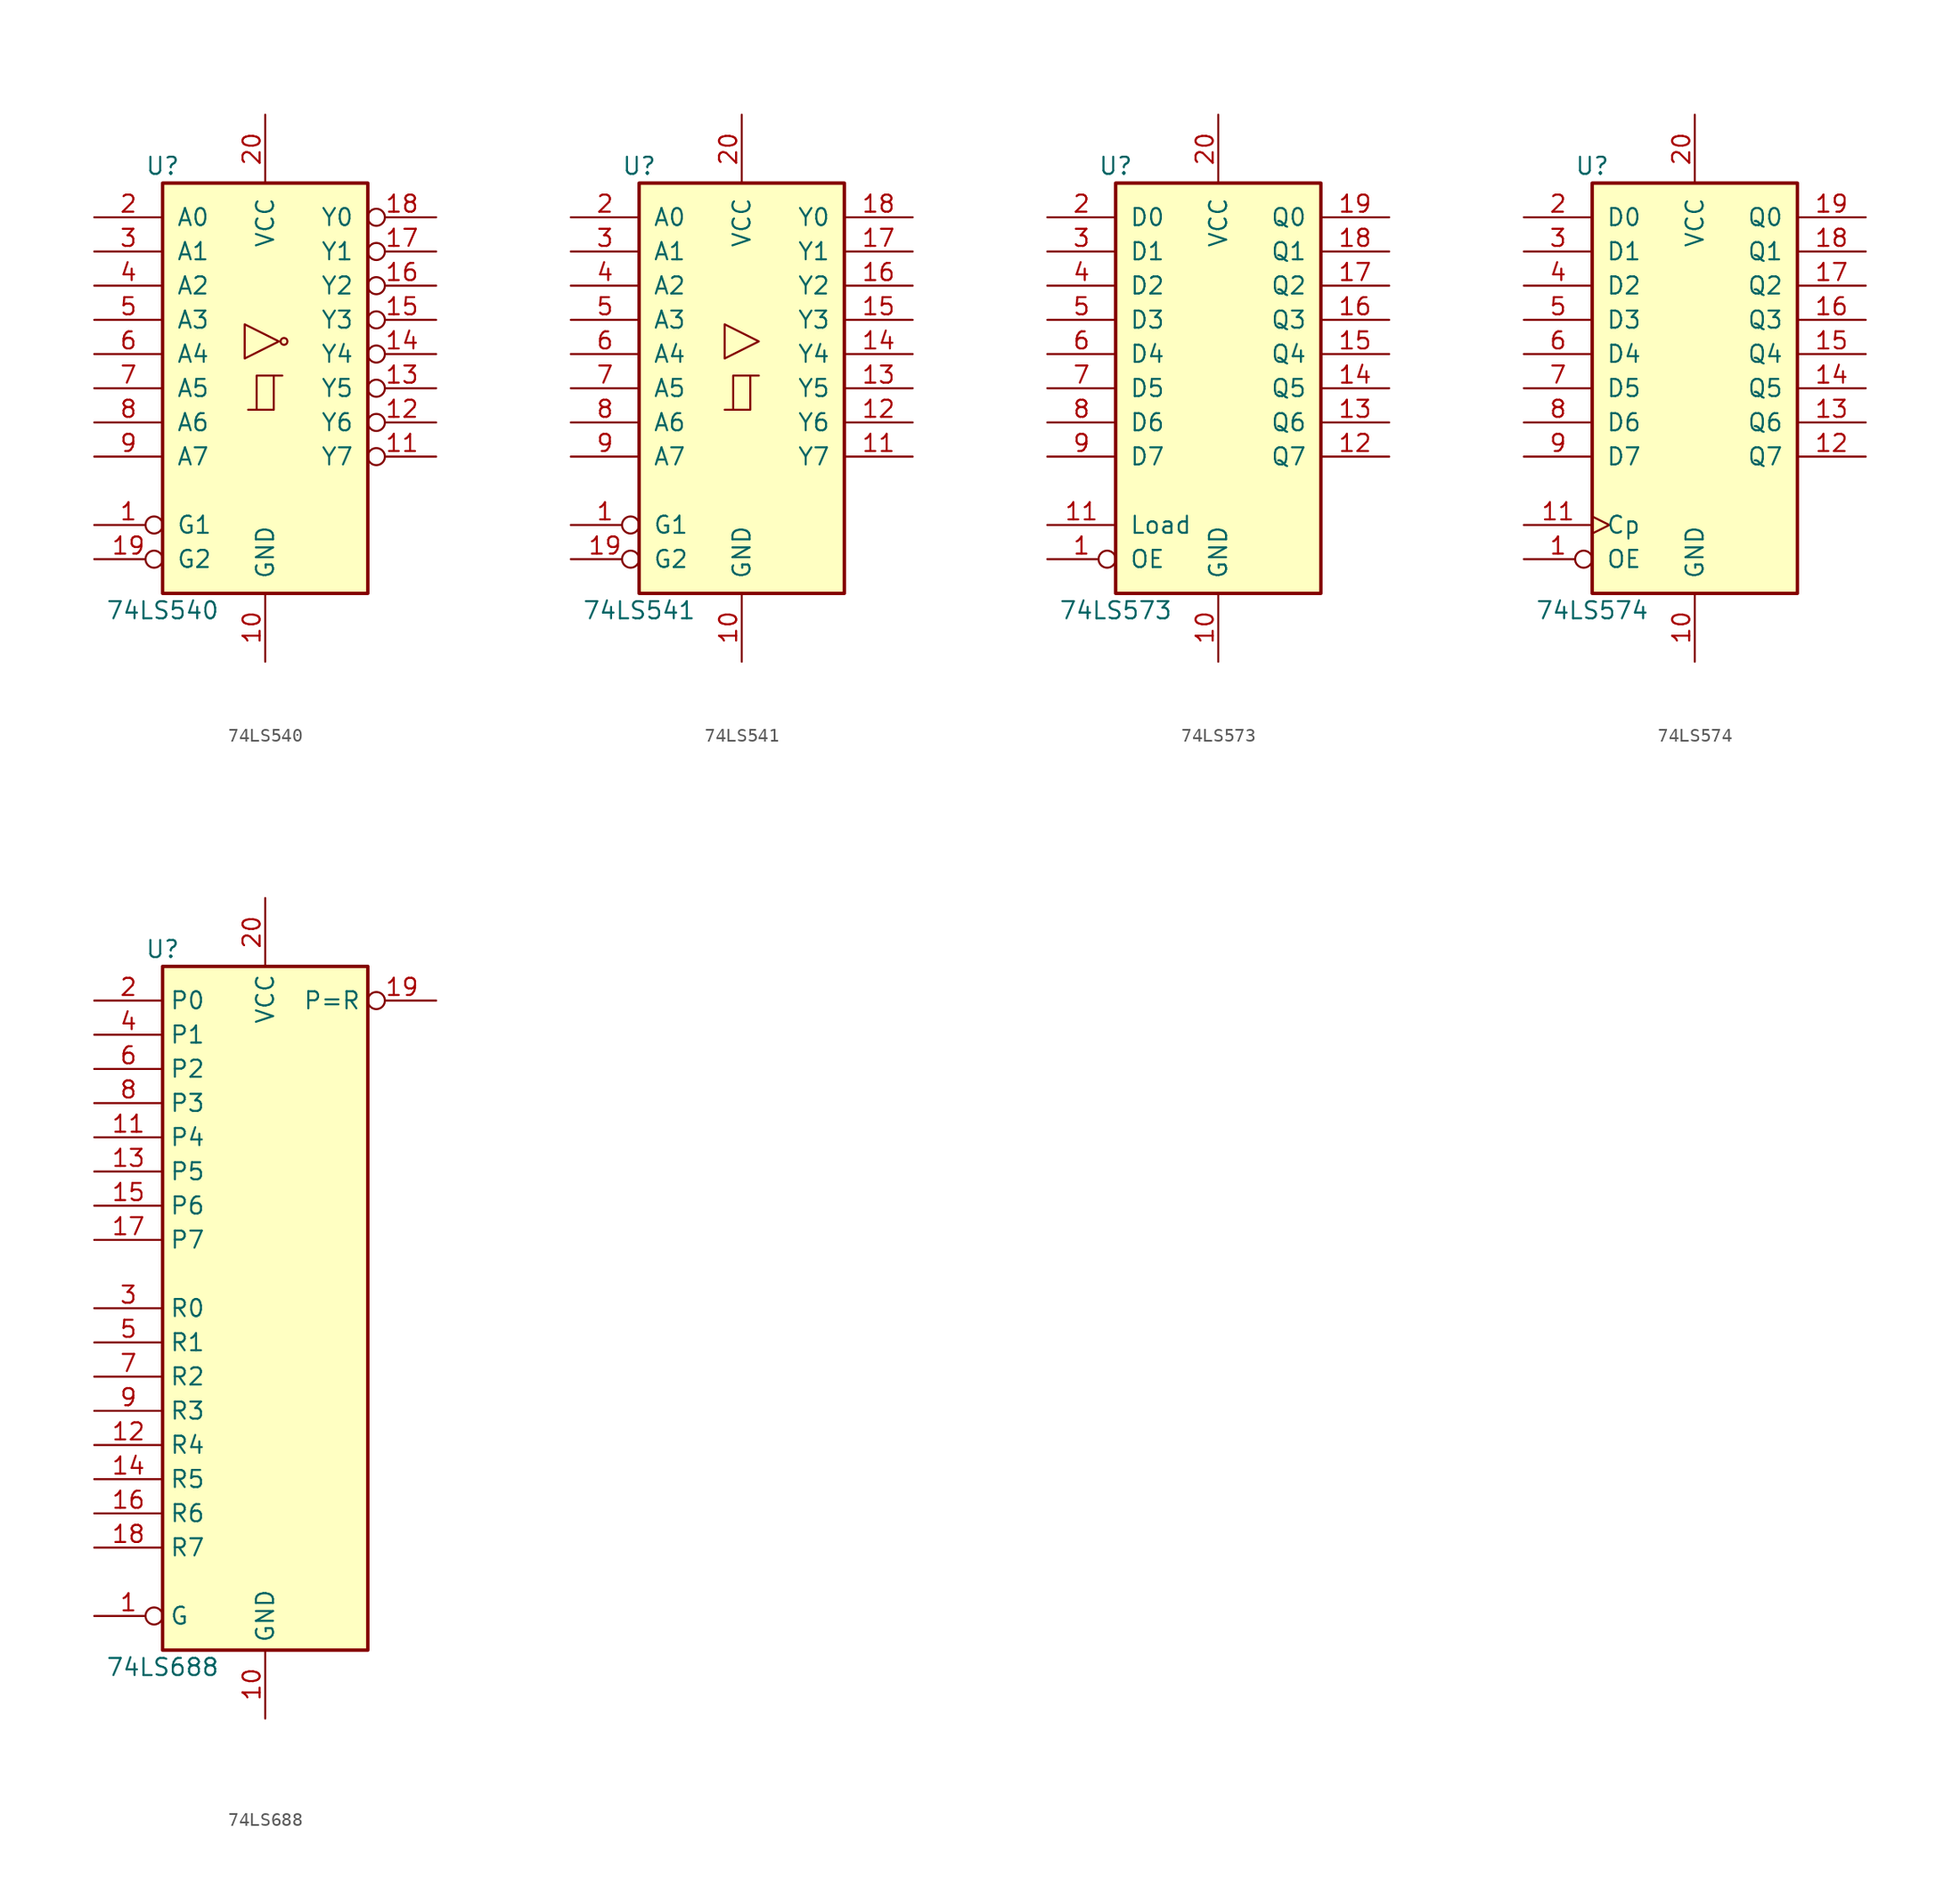
<source format=kicad_sym>
(kicad_symbol_lib
  (version 20241209)
  (generator "kicad_symbol_editor")
  (generator_version "9.0")
  (symbol "74LS540"
    (pin_names
      (offset 1.016))
    (property "Reference" "U"
      (at -7.62 16.51 0)
      (effects (font (size 1.27 1.27))))
    (property "Value" "74LS540"
      (at -7.62 -16.51 0)
      (effects (font (size 1.27 1.27))))
    (property "ki_locked" ""
      (at 0 0 0)
      (effects (font (size 1.27 1.27))))
    (symbol "74LS540_1_0"
      (polyline (pts (xy -1.27 -1.6) (xy 0.635 -1.6) (xy 0.635 0.94) (xy 1.27 0.94)) (stroke (width 0) (type solid)) (fill (type none)))
      (polyline (pts (xy -0.635 -1.6) (xy -0.635 0.94) (xy 0.635 0.94)) (stroke (width 0) (type solid)) (fill (type none)))
      (polyline (pts (xy 1.016 3.48) (xy -1.524 4.75) (xy -1.524 2.21) (xy 1.016 3.48)) (stroke (width 0.152) (type solid)) (fill (type none)))
      (circle (center 1.397 3.48) (radius 0.254) (stroke (width 0.152) (type solid)) (fill (type none)))
      (pin input line (at -12.7 12.7 0) (length 5.08) (name "A0" (effects (font (size 1.27 1.27)))) (number "2" (effects (font (size 1.27 1.27)))))
      (pin input line (at -12.7 10.16 0) (length 5.08) (name "A1" (effects (font (size 1.27 1.27)))) (number "3" (effects (font (size 1.27 1.27)))))
      (pin input line (at -12.7 7.62 0) (length 5.08) (name "A2" (effects (font (size 1.27 1.27)))) (number "4" (effects (font (size 1.27 1.27)))))
      (pin input line (at -12.7 5.08 0) (length 5.08) (name "A3" (effects (font (size 1.27 1.27)))) (number "5" (effects (font (size 1.27 1.27)))))
      (pin input line (at -12.7 2.54 0) (length 5.08) (name "A4" (effects (font (size 1.27 1.27)))) (number "6" (effects (font (size 1.27 1.27)))))
      (pin input line (at -12.7 0 0) (length 5.08) (name "A5" (effects (font (size 1.27 1.27)))) (number "7" (effects (font (size 1.27 1.27)))))
      (pin input line (at -12.7 -2.54 0) (length 5.08) (name "A6" (effects (font (size 1.27 1.27)))) (number "8" (effects (font (size 1.27 1.27)))))
      (pin input line (at -12.7 -5.08 0) (length 5.08) (name "A7" (effects (font (size 1.27 1.27)))) (number "9" (effects (font (size 1.27 1.27)))))
      (pin input inverted (at -12.7 -10.16 0) (length 5.08) (name "G1" (effects (font (size 1.27 1.27)))) (number "1" (effects (font (size 1.27 1.27)))))
      (pin input inverted (at -12.7 -12.7 0) (length 5.08) (name "G2" (effects (font (size 1.27 1.27)))) (number "19" (effects (font (size 1.27 1.27)))))
      (pin power_in line (at 0 20.32 270) (length 5.08) (name "VCC" (effects (font (size 1.27 1.27)))) (number "20" (effects (font (size 1.27 1.27)))))
      (pin power_in line (at 0 -20.32 90) (length 5.08) (name "GND" (effects (font (size 1.27 1.27)))) (number "10" (effects (font (size 1.27 1.27)))))
      (pin tri_state inverted (at 12.7 12.7 180) (length 5.08) (name "Y0" (effects (font (size 1.27 1.27)))) (number "18" (effects (font (size 1.27 1.27)))))
      (pin tri_state inverted (at 12.7 10.16 180) (length 5.08) (name "Y1" (effects (font (size 1.27 1.27)))) (number "17" (effects (font (size 1.27 1.27)))))
      (pin tri_state inverted (at 12.7 7.62 180) (length 5.08) (name "Y2" (effects (font (size 1.27 1.27)))) (number "16" (effects (font (size 1.27 1.27)))))
      (pin tri_state inverted (at 12.7 5.08 180) (length 5.08) (name "Y3" (effects (font (size 1.27 1.27)))) (number "15" (effects (font (size 1.27 1.27)))))
      (pin tri_state inverted (at 12.7 2.54 180) (length 5.08) (name "Y4" (effects (font (size 1.27 1.27)))) (number "14" (effects (font (size 1.27 1.27)))))
      (pin tri_state inverted (at 12.7 0 180) (length 5.08) (name "Y5" (effects (font (size 1.27 1.27)))) (number "13" (effects (font (size 1.27 1.27)))))
      (pin tri_state inverted (at 12.7 -2.54 180) (length 5.08) (name "Y6" (effects (font (size 1.27 1.27)))) (number "12" (effects (font (size 1.27 1.27)))))
      (pin tri_state inverted (at 12.7 -5.08 180) (length 5.08) (name "Y7" (effects (font (size 1.27 1.27)))) (number "11" (effects (font (size 1.27 1.27))))))
    (symbol "74LS540_1_1"
      (rectangle (start -7.62 15.24) (end 7.62 -15.24) (stroke (width 0.254) (type solid)) (fill (type background)))))
  (symbol "74LS541"
    (pin_names
      (offset 1.016))
    (property "Reference" "U"
      (at -7.62 16.51 0)
      (effects (font (size 1.27 1.27))))
    (property "Value" "74LS541"
      (at -7.62 -16.51 0)
      (effects (font (size 1.27 1.27))))
    (property "ki_locked" ""
      (at 0 0 0)
      (effects (font (size 1.27 1.27))))
    (symbol "74LS541_1_0"
      (polyline (pts (xy -1.27 -1.6) (xy 0.635 -1.6) (xy 0.635 0.94) (xy 1.27 0.94)) (stroke (width 0) (type solid)) (fill (type none)))
      (polyline (pts (xy -0.635 -1.6) (xy -0.635 0.94) (xy 0.635 0.94)) (stroke (width 0) (type solid)) (fill (type none)))
      (polyline (pts (xy 1.27 3.48) (xy -1.27 4.75) (xy -1.27 2.21) (xy 1.27 3.48)) (stroke (width 0.152) (type solid)) (fill (type none)))
      (pin input line (at -12.7 12.7 0) (length 5.08) (name "A0" (effects (font (size 1.27 1.27)))) (number "2" (effects (font (size 1.27 1.27)))))
      (pin input line (at -12.7 10.16 0) (length 5.08) (name "A1" (effects (font (size 1.27 1.27)))) (number "3" (effects (font (size 1.27 1.27)))))
      (pin input line (at -12.7 7.62 0) (length 5.08) (name "A2" (effects (font (size 1.27 1.27)))) (number "4" (effects (font (size 1.27 1.27)))))
      (pin input line (at -12.7 5.08 0) (length 5.08) (name "A3" (effects (font (size 1.27 1.27)))) (number "5" (effects (font (size 1.27 1.27)))))
      (pin input line (at -12.7 2.54 0) (length 5.08) (name "A4" (effects (font (size 1.27 1.27)))) (number "6" (effects (font (size 1.27 1.27)))))
      (pin input line (at -12.7 0 0) (length 5.08) (name "A5" (effects (font (size 1.27 1.27)))) (number "7" (effects (font (size 1.27 1.27)))))
      (pin input line (at -12.7 -2.54 0) (length 5.08) (name "A6" (effects (font (size 1.27 1.27)))) (number "8" (effects (font (size 1.27 1.27)))))
      (pin input line (at -12.7 -5.08 0) (length 5.08) (name "A7" (effects (font (size 1.27 1.27)))) (number "9" (effects (font (size 1.27 1.27)))))
      (pin input inverted (at -12.7 -10.16 0) (length 5.08) (name "G1" (effects (font (size 1.27 1.27)))) (number "1" (effects (font (size 1.27 1.27)))))
      (pin input inverted (at -12.7 -12.7 0) (length 5.08) (name "G2" (effects (font (size 1.27 1.27)))) (number "19" (effects (font (size 1.27 1.27)))))
      (pin power_in line (at 0 20.32 270) (length 5.08) (name "VCC" (effects (font (size 1.27 1.27)))) (number "20" (effects (font (size 1.27 1.27)))))
      (pin power_in line (at 0 -20.32 90) (length 5.08) (name "GND" (effects (font (size 1.27 1.27)))) (number "10" (effects (font (size 1.27 1.27)))))
      (pin tri_state line (at 12.7 12.7 180) (length 5.08) (name "Y0" (effects (font (size 1.27 1.27)))) (number "18" (effects (font (size 1.27 1.27)))))
      (pin tri_state line (at 12.7 10.16 180) (length 5.08) (name "Y1" (effects (font (size 1.27 1.27)))) (number "17" (effects (font (size 1.27 1.27)))))
      (pin tri_state line (at 12.7 7.62 180) (length 5.08) (name "Y2" (effects (font (size 1.27 1.27)))) (number "16" (effects (font (size 1.27 1.27)))))
      (pin tri_state line (at 12.7 5.08 180) (length 5.08) (name "Y3" (effects (font (size 1.27 1.27)))) (number "15" (effects (font (size 1.27 1.27)))))
      (pin tri_state line (at 12.7 2.54 180) (length 5.08) (name "Y4" (effects (font (size 1.27 1.27)))) (number "14" (effects (font (size 1.27 1.27)))))
      (pin tri_state line (at 12.7 0 180) (length 5.08) (name "Y5" (effects (font (size 1.27 1.27)))) (number "13" (effects (font (size 1.27 1.27)))))
      (pin tri_state line (at 12.7 -2.54 180) (length 5.08) (name "Y6" (effects (font (size 1.27 1.27)))) (number "12" (effects (font (size 1.27 1.27)))))
      (pin tri_state line (at 12.7 -5.08 180) (length 5.08) (name "Y7" (effects (font (size 1.27 1.27)))) (number "11" (effects (font (size 1.27 1.27))))))
    (symbol "74LS541_1_1"
      (rectangle (start -7.62 15.24) (end 7.62 -15.24) (stroke (width 0.254) (type solid)) (fill (type background)))))
  (symbol "74LS573"
    (pin_names
      (offset 1.016))
    (property "Reference" "U"
      (at -7.62 16.51 0)
      (effects (font (size 1.27 1.27))))
    (property "Value" "74LS573"
      (at -7.62 -16.51 0)
      (effects (font (size 1.27 1.27))))
    (property "ki_locked" ""
      (at 0 0 0)
      (effects (font (size 1.27 1.27))))
    (symbol "74LS573_1_0"
      (pin input line (at -12.7 12.7 0) (length 5.08) (name "D0" (effects (font (size 1.27 1.27)))) (number "2" (effects (font (size 1.27 1.27)))))
      (pin input line (at -12.7 10.16 0) (length 5.08) (name "D1" (effects (font (size 1.27 1.27)))) (number "3" (effects (font (size 1.27 1.27)))))
      (pin input line (at -12.7 7.62 0) (length 5.08) (name "D2" (effects (font (size 1.27 1.27)))) (number "4" (effects (font (size 1.27 1.27)))))
      (pin input line (at -12.7 5.08 0) (length 5.08) (name "D3" (effects (font (size 1.27 1.27)))) (number "5" (effects (font (size 1.27 1.27)))))
      (pin input line (at -12.7 2.54 0) (length 5.08) (name "D4" (effects (font (size 1.27 1.27)))) (number "6" (effects (font (size 1.27 1.27)))))
      (pin input line (at -12.7 0 0) (length 5.08) (name "D5" (effects (font (size 1.27 1.27)))) (number "7" (effects (font (size 1.27 1.27)))))
      (pin input line (at -12.7 -2.54 0) (length 5.08) (name "D6" (effects (font (size 1.27 1.27)))) (number "8" (effects (font (size 1.27 1.27)))))
      (pin input line (at -12.7 -5.08 0) (length 5.08) (name "D7" (effects (font (size 1.27 1.27)))) (number "9" (effects (font (size 1.27 1.27)))))
      (pin input line (at -12.7 -10.16 0) (length 5.08) (name "Load" (effects (font (size 1.27 1.27)))) (number "11" (effects (font (size 1.27 1.27)))))
      (pin input inverted (at -12.7 -12.7 0) (length 5.08) (name "OE" (effects (font (size 1.27 1.27)))) (number "1" (effects (font (size 1.27 1.27)))))
      (pin power_in line (at 0 20.32 270) (length 5.08) (name "VCC" (effects (font (size 1.27 1.27)))) (number "20" (effects (font (size 1.27 1.27)))))
      (pin power_in line (at 0 -20.32 90) (length 5.08) (name "GND" (effects (font (size 1.27 1.27)))) (number "10" (effects (font (size 1.27 1.27)))))
      (pin tri_state line (at 12.7 12.7 180) (length 5.08) (name "Q0" (effects (font (size 1.27 1.27)))) (number "19" (effects (font (size 1.27 1.27)))))
      (pin tri_state line (at 12.7 10.16 180) (length 5.08) (name "Q1" (effects (font (size 1.27 1.27)))) (number "18" (effects (font (size 1.27 1.27)))))
      (pin tri_state line (at 12.7 7.62 180) (length 5.08) (name "Q2" (effects (font (size 1.27 1.27)))) (number "17" (effects (font (size 1.27 1.27)))))
      (pin tri_state line (at 12.7 5.08 180) (length 5.08) (name "Q3" (effects (font (size 1.27 1.27)))) (number "16" (effects (font (size 1.27 1.27)))))
      (pin tri_state line (at 12.7 2.54 180) (length 5.08) (name "Q4" (effects (font (size 1.27 1.27)))) (number "15" (effects (font (size 1.27 1.27)))))
      (pin tri_state line (at 12.7 0 180) (length 5.08) (name "Q5" (effects (font (size 1.27 1.27)))) (number "14" (effects (font (size 1.27 1.27)))))
      (pin tri_state line (at 12.7 -2.54 180) (length 5.08) (name "Q6" (effects (font (size 1.27 1.27)))) (number "13" (effects (font (size 1.27 1.27)))))
      (pin tri_state line (at 12.7 -5.08 180) (length 5.08) (name "Q7" (effects (font (size 1.27 1.27)))) (number "12" (effects (font (size 1.27 1.27))))))
    (symbol "74LS573_1_1"
      (rectangle (start -7.62 15.24) (end 7.62 -15.24) (stroke (width 0.254) (type solid)) (fill (type background)))))
  (symbol "74LS574"
    (pin_names
      (offset 1.016))
    (property "Reference" "U"
      (at -7.62 16.51 0)
      (effects (font (size 1.27 1.27))))
    (property "Value" "74LS574"
      (at -7.62 -16.51 0)
      (effects (font (size 1.27 1.27))))
    (property "ki_locked" ""
      (at 0 0 0)
      (effects (font (size 1.27 1.27))))
    (symbol "74LS574_1_0"
      (pin input line (at -12.7 12.7 0) (length 5.08) (name "D0" (effects (font (size 1.27 1.27)))) (number "2" (effects (font (size 1.27 1.27)))))
      (pin input line (at -12.7 10.16 0) (length 5.08) (name "D1" (effects (font (size 1.27 1.27)))) (number "3" (effects (font (size 1.27 1.27)))))
      (pin input line (at -12.7 7.62 0) (length 5.08) (name "D2" (effects (font (size 1.27 1.27)))) (number "4" (effects (font (size 1.27 1.27)))))
      (pin input line (at -12.7 5.08 0) (length 5.08) (name "D3" (effects (font (size 1.27 1.27)))) (number "5" (effects (font (size 1.27 1.27)))))
      (pin input line (at -12.7 2.54 0) (length 5.08) (name "D4" (effects (font (size 1.27 1.27)))) (number "6" (effects (font (size 1.27 1.27)))))
      (pin input line (at -12.7 0 0) (length 5.08) (name "D5" (effects (font (size 1.27 1.27)))) (number "7" (effects (font (size 1.27 1.27)))))
      (pin input line (at -12.7 -2.54 0) (length 5.08) (name "D6" (effects (font (size 1.27 1.27)))) (number "8" (effects (font (size 1.27 1.27)))))
      (pin input line (at -12.7 -5.08 0) (length 5.08) (name "D7" (effects (font (size 1.27 1.27)))) (number "9" (effects (font (size 1.27 1.27)))))
      (pin input clock (at -12.7 -10.16 0) (length 5.08) (name "Cp" (effects (font (size 1.27 1.27)))) (number "11" (effects (font (size 1.27 1.27)))))
      (pin input inverted (at -12.7 -12.7 0) (length 5.08) (name "OE" (effects (font (size 1.27 1.27)))) (number "1" (effects (font (size 1.27 1.27)))))
      (pin power_in line (at 0 20.32 270) (length 5.08) (name "VCC" (effects (font (size 1.27 1.27)))) (number "20" (effects (font (size 1.27 1.27)))))
      (pin power_in line (at 0 -20.32 90) (length 5.08) (name "GND" (effects (font (size 1.27 1.27)))) (number "10" (effects (font (size 1.27 1.27)))))
      (pin tri_state line (at 12.7 12.7 180) (length 5.08) (name "Q0" (effects (font (size 1.27 1.27)))) (number "19" (effects (font (size 1.27 1.27)))))
      (pin tri_state line (at 12.7 10.16 180) (length 5.08) (name "Q1" (effects (font (size 1.27 1.27)))) (number "18" (effects (font (size 1.27 1.27)))))
      (pin tri_state line (at 12.7 7.62 180) (length 5.08) (name "Q2" (effects (font (size 1.27 1.27)))) (number "17" (effects (font (size 1.27 1.27)))))
      (pin tri_state line (at 12.7 5.08 180) (length 5.08) (name "Q3" (effects (font (size 1.27 1.27)))) (number "16" (effects (font (size 1.27 1.27)))))
      (pin tri_state line (at 12.7 2.54 180) (length 5.08) (name "Q4" (effects (font (size 1.27 1.27)))) (number "15" (effects (font (size 1.27 1.27)))))
      (pin tri_state line (at 12.7 0 180) (length 5.08) (name "Q5" (effects (font (size 1.27 1.27)))) (number "14" (effects (font (size 1.27 1.27)))))
      (pin tri_state line (at 12.7 -2.54 180) (length 5.08) (name "Q6" (effects (font (size 1.27 1.27)))) (number "13" (effects (font (size 1.27 1.27)))))
      (pin tri_state line (at 12.7 -5.08 180) (length 5.08) (name "Q7" (effects (font (size 1.27 1.27)))) (number "12" (effects (font (size 1.27 1.27))))))
    (symbol "74LS574_1_1"
      (rectangle (start -7.62 15.24) (end 7.62 -15.24) (stroke (width 0.254) (type solid)) (fill (type background)))))
  (symbol "74LS688"
    (property "Reference" "U"
      (at -7.62 26.67 0)
      (effects (font (size 1.27 1.27))))
    (property "Value" "74LS688"
      (at -7.62 -26.67 0)
      (effects (font (size 1.27 1.27))))
    (symbol "74LS688_1_0"
      (pin input line (at -12.7 22.86 0) (length 5.08) (name "P0" (effects (font (size 1.27 1.27)))) (number "2" (effects (font (size 1.27 1.27)))))
      (pin input line (at -12.7 20.32 0) (length 5.08) (name "P1" (effects (font (size 1.27 1.27)))) (number "4" (effects (font (size 1.27 1.27)))))
      (pin input line (at -12.7 17.78 0) (length 5.08) (name "P2" (effects (font (size 1.27 1.27)))) (number "6" (effects (font (size 1.27 1.27)))))
      (pin input line (at -12.7 15.24 0) (length 5.08) (name "P3" (effects (font (size 1.27 1.27)))) (number "8" (effects (font (size 1.27 1.27)))))
      (pin input line (at -12.7 12.7 0) (length 5.08) (name "P4" (effects (font (size 1.27 1.27)))) (number "11" (effects (font (size 1.27 1.27)))))
      (pin input line (at -12.7 10.16 0) (length 5.08) (name "P5" (effects (font (size 1.27 1.27)))) (number "13" (effects (font (size 1.27 1.27)))))
      (pin input line (at -12.7 7.62 0) (length 5.08) (name "P6" (effects (font (size 1.27 1.27)))) (number "15" (effects (font (size 1.27 1.27)))))
      (pin input line (at -12.7 5.08 0) (length 5.08) (name "P7" (effects (font (size 1.27 1.27)))) (number "17" (effects (font (size 1.27 1.27)))))
      (pin input line (at -12.7 0 0) (length 5.08) (name "R0" (effects (font (size 1.27 1.27)))) (number "3" (effects (font (size 1.27 1.27)))))
      (pin input line (at -12.7 -2.54 0) (length 5.08) (name "R1" (effects (font (size 1.27 1.27)))) (number "5" (effects (font (size 1.27 1.27)))))
      (pin input line (at -12.7 -5.08 0) (length 5.08) (name "R2" (effects (font (size 1.27 1.27)))) (number "7" (effects (font (size 1.27 1.27)))))
      (pin input line (at -12.7 -7.62 0) (length 5.08) (name "R3" (effects (font (size 1.27 1.27)))) (number "9" (effects (font (size 1.27 1.27)))))
      (pin input line (at -12.7 -10.16 0) (length 5.08) (name "R4" (effects (font (size 1.27 1.27)))) (number "12" (effects (font (size 1.27 1.27)))))
      (pin input line (at -12.7 -12.7 0) (length 5.08) (name "R5" (effects (font (size 1.27 1.27)))) (number "14" (effects (font (size 1.27 1.27)))))
      (pin input line (at -12.7 -15.24 0) (length 5.08) (name "R6" (effects (font (size 1.27 1.27)))) (number "16" (effects (font (size 1.27 1.27)))))
      (pin input line (at -12.7 -17.78 0) (length 5.08) (name "R7" (effects (font (size 1.27 1.27)))) (number "18" (effects (font (size 1.27 1.27)))))
      (pin input inverted (at -12.7 -22.86 0) (length 5.08) (name "G" (effects (font (size 1.27 1.27)))) (number "1" (effects (font (size 1.27 1.27)))))
      (pin power_in line (at 0 30.48 270) (length 5.08) (name "VCC" (effects (font (size 1.27 1.27)))) (number "20" (effects (font (size 1.27 1.27)))))
      (pin power_in line (at 0 -30.48 90) (length 5.08) (name "GND" (effects (font (size 1.27 1.27)))) (number "10" (effects (font (size 1.27 1.27)))))
      (pin output inverted (at 12.7 22.86 180) (length 5.08) (name "P=R" (effects (font (size 1.27 1.27)))) (number "19" (effects (font (size 1.27 1.27))))))
    (symbol "74LS688_1_1"
      (rectangle (start -7.62 25.4) (end 7.62 -25.4) (stroke (width 0.254) (type solid)) (fill (type background))))))
</source>
